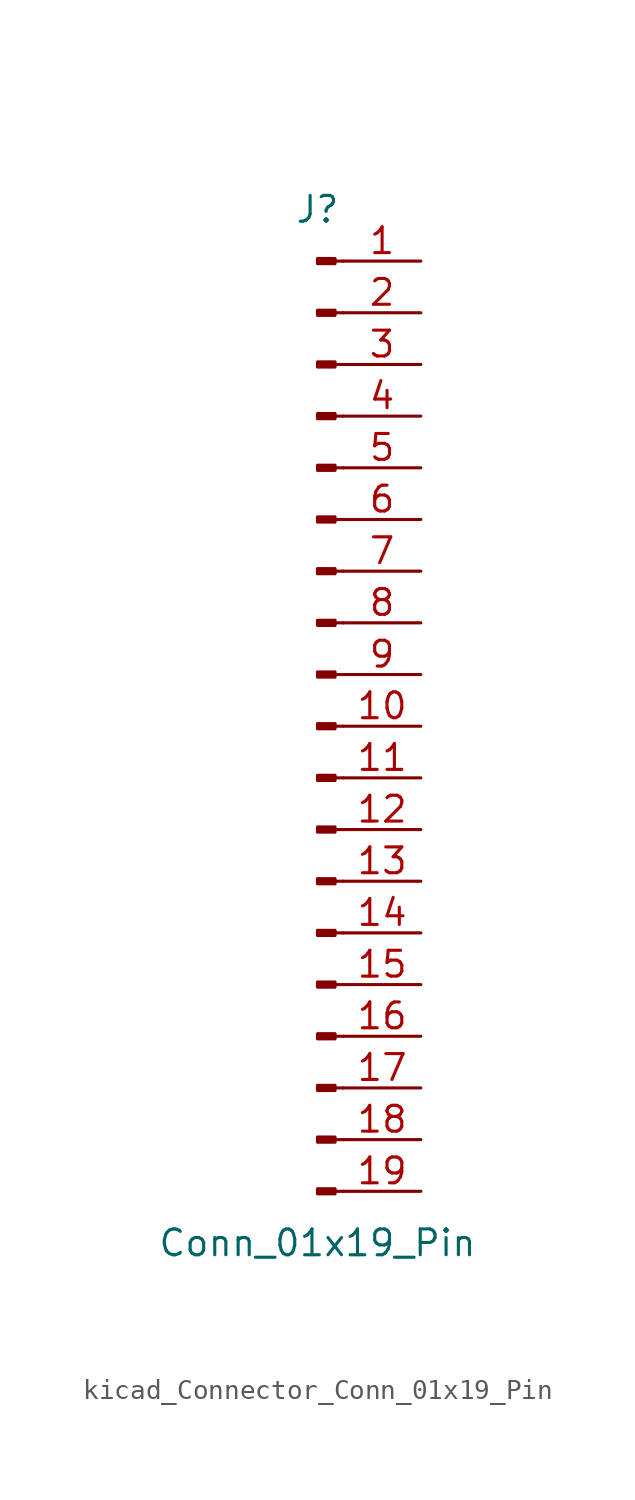
<source format=kicad_sym>
(kicad_symbol_lib
  (version 20220914)
  (generator kicad_symbol_editor)
  (symbol "kicad_Connector_Conn_01x19_Pin"
    (pin_names
      (offset 1.016) hide)
    (property "Reference" "J"
      (at 0 25.4 0)
      (effects (font (size 1.27 1.27))))
    (property "Value" "Conn_01x19_Pin"
      (at 0 -25.4 0)
      (effects (font (size 1.27 1.27))))
    (property "ki_locked" ""
      (at 0 0 0)
      (effects (font (size 1.27 1.27))))
    (symbol "kicad_Connector_Conn_01x19_Pin_1_1"
      (polyline (pts (xy 1.27 -22.86) (xy 0.864 -22.86)) (stroke (width 0.152) (type default)) (fill (type none)))
      (polyline (pts (xy 1.27 -20.32) (xy 0.864 -20.32)) (stroke (width 0.152) (type default)) (fill (type none)))
      (polyline (pts (xy 1.27 -17.78) (xy 0.864 -17.78)) (stroke (width 0.152) (type default)) (fill (type none)))
      (polyline (pts (xy 1.27 -15.24) (xy 0.864 -15.24)) (stroke (width 0.152) (type default)) (fill (type none)))
      (polyline (pts (xy 1.27 -12.7) (xy 0.864 -12.7)) (stroke (width 0.152) (type default)) (fill (type none)))
      (polyline (pts (xy 1.27 -10.16) (xy 0.864 -10.16)) (stroke (width 0.152) (type default)) (fill (type none)))
      (polyline (pts (xy 1.27 -7.62) (xy 0.864 -7.62)) (stroke (width 0.152) (type default)) (fill (type none)))
      (polyline (pts (xy 1.27 -5.08) (xy 0.864 -5.08)) (stroke (width 0.152) (type default)) (fill (type none)))
      (polyline (pts (xy 1.27 -2.54) (xy 0.864 -2.54)) (stroke (width 0.152) (type default)) (fill (type none)))
      (polyline (pts (xy 1.27 0) (xy 0.864 0)) (stroke (width 0.152) (type default)) (fill (type none)))
      (polyline (pts (xy 1.27 2.54) (xy 0.864 2.54)) (stroke (width 0.152) (type default)) (fill (type none)))
      (polyline (pts (xy 1.27 5.08) (xy 0.864 5.08)) (stroke (width 0.152) (type default)) (fill (type none)))
      (polyline (pts (xy 1.27 7.62) (xy 0.864 7.62)) (stroke (width 0.152) (type default)) (fill (type none)))
      (polyline (pts (xy 1.27 10.16) (xy 0.864 10.16)) (stroke (width 0.152) (type default)) (fill (type none)))
      (polyline (pts (xy 1.27 12.7) (xy 0.864 12.7)) (stroke (width 0.152) (type default)) (fill (type none)))
      (polyline (pts (xy 1.27 15.24) (xy 0.864 15.24)) (stroke (width 0.152) (type default)) (fill (type none)))
      (polyline (pts (xy 1.27 17.78) (xy 0.864 17.78)) (stroke (width 0.152) (type default)) (fill (type none)))
      (polyline (pts (xy 1.27 20.32) (xy 0.864 20.32)) (stroke (width 0.152) (type default)) (fill (type none)))
      (polyline (pts (xy 1.27 22.86) (xy 0.864 22.86)) (stroke (width 0.152) (type default)) (fill (type none)))
      (rectangle (start 0.864 -22.733) (end 0 -22.987) (stroke (width 0.152) (type default)) (fill (type outline)))
      (rectangle (start 0.864 -20.193) (end 0 -20.447) (stroke (width 0.152) (type default)) (fill (type outline)))
      (rectangle (start 0.864 -17.653) (end 0 -17.907) (stroke (width 0.152) (type default)) (fill (type outline)))
      (rectangle (start 0.864 -15.113) (end 0 -15.367) (stroke (width 0.152) (type default)) (fill (type outline)))
      (rectangle (start 0.864 -12.573) (end 0 -12.827) (stroke (width 0.152) (type default)) (fill (type outline)))
      (rectangle (start 0.864 -10.033) (end 0 -10.287) (stroke (width 0.152) (type default)) (fill (type outline)))
      (rectangle (start 0.864 -7.493) (end 0 -7.747) (stroke (width 0.152) (type default)) (fill (type outline)))
      (rectangle (start 0.864 -4.953) (end 0 -5.207) (stroke (width 0.152) (type default)) (fill (type outline)))
      (rectangle (start 0.864 -2.413) (end 0 -2.667) (stroke (width 0.152) (type default)) (fill (type outline)))
      (rectangle (start 0.864 0.127) (end 0 -0.127) (stroke (width 0.152) (type default)) (fill (type outline)))
      (rectangle (start 0.864 2.667) (end 0 2.413) (stroke (width 0.152) (type default)) (fill (type outline)))
      (rectangle (start 0.864 5.207) (end 0 4.953) (stroke (width 0.152) (type default)) (fill (type outline)))
      (rectangle (start 0.864 7.747) (end 0 7.493) (stroke (width 0.152) (type default)) (fill (type outline)))
      (rectangle (start 0.864 10.287) (end 0 10.033) (stroke (width 0.152) (type default)) (fill (type outline)))
      (rectangle (start 0.864 12.827) (end 0 12.573) (stroke (width 0.152) (type default)) (fill (type outline)))
      (rectangle (start 0.864 15.367) (end 0 15.113) (stroke (width 0.152) (type default)) (fill (type outline)))
      (rectangle (start 0.864 17.907) (end 0 17.653) (stroke (width 0.152) (type default)) (fill (type outline)))
      (rectangle (start 0.864 20.447) (end 0 20.193) (stroke (width 0.152) (type default)) (fill (type outline)))
      (rectangle (start 0.864 22.987) (end 0 22.733) (stroke (width 0.152) (type default)) (fill (type outline)))
      (pin passive line (at 5.08 22.86 180) (length 3.81) (name "Pin_1" (effects (font (size 1.27 1.27)))) (number "1" (effects (font (size 1.27 1.27)))))
      (pin passive line (at 5.08 0 180) (length 3.81) (name "Pin_10" (effects (font (size 1.27 1.27)))) (number "10" (effects (font (size 1.27 1.27)))))
      (pin passive line (at 5.08 -2.54 180) (length 3.81) (name "Pin_11" (effects (font (size 1.27 1.27)))) (number "11" (effects (font (size 1.27 1.27)))))
      (pin passive line (at 5.08 -5.08 180) (length 3.81) (name "Pin_12" (effects (font (size 1.27 1.27)))) (number "12" (effects (font (size 1.27 1.27)))))
      (pin passive line (at 5.08 -7.62 180) (length 3.81) (name "Pin_13" (effects (font (size 1.27 1.27)))) (number "13" (effects (font (size 1.27 1.27)))))
      (pin passive line (at 5.08 -10.16 180) (length 3.81) (name "Pin_14" (effects (font (size 1.27 1.27)))) (number "14" (effects (font (size 1.27 1.27)))))
      (pin passive line (at 5.08 -12.7 180) (length 3.81) (name "Pin_15" (effects (font (size 1.27 1.27)))) (number "15" (effects (font (size 1.27 1.27)))))
      (pin passive line (at 5.08 -15.24 180) (length 3.81) (name "Pin_16" (effects (font (size 1.27 1.27)))) (number "16" (effects (font (size 1.27 1.27)))))
      (pin passive line (at 5.08 -17.78 180) (length 3.81) (name "Pin_17" (effects (font (size 1.27 1.27)))) (number "17" (effects (font (size 1.27 1.27)))))
      (pin passive line (at 5.08 -20.32 180) (length 3.81) (name "Pin_18" (effects (font (size 1.27 1.27)))) (number "18" (effects (font (size 1.27 1.27)))))
      (pin passive line (at 5.08 -22.86 180) (length 3.81) (name "Pin_19" (effects (font (size 1.27 1.27)))) (number "19" (effects (font (size 1.27 1.27)))))
      (pin passive line (at 5.08 20.32 180) (length 3.81) (name "Pin_2" (effects (font (size 1.27 1.27)))) (number "2" (effects (font (size 1.27 1.27)))))
      (pin passive line (at 5.08 17.78 180) (length 3.81) (name "Pin_3" (effects (font (size 1.27 1.27)))) (number "3" (effects (font (size 1.27 1.27)))))
      (pin passive line (at 5.08 15.24 180) (length 3.81) (name "Pin_4" (effects (font (size 1.27 1.27)))) (number "4" (effects (font (size 1.27 1.27)))))
      (pin passive line (at 5.08 12.7 180) (length 3.81) (name "Pin_5" (effects (font (size 1.27 1.27)))) (number "5" (effects (font (size 1.27 1.27)))))
      (pin passive line (at 5.08 10.16 180) (length 3.81) (name "Pin_6" (effects (font (size 1.27 1.27)))) (number "6" (effects (font (size 1.27 1.27)))))
      (pin passive line (at 5.08 7.62 180) (length 3.81) (name "Pin_7" (effects (font (size 1.27 1.27)))) (number "7" (effects (font (size 1.27 1.27)))))
      (pin passive line (at 5.08 5.08 180) (length 3.81) (name "Pin_8" (effects (font (size 1.27 1.27)))) (number "8" (effects (font (size 1.27 1.27)))))
      (pin passive line (at 5.08 2.54 180) (length 3.81) (name "Pin_9" (effects (font (size 1.27 1.27)))) (number "9" (effects (font (size 1.27 1.27))))))))
</source>
